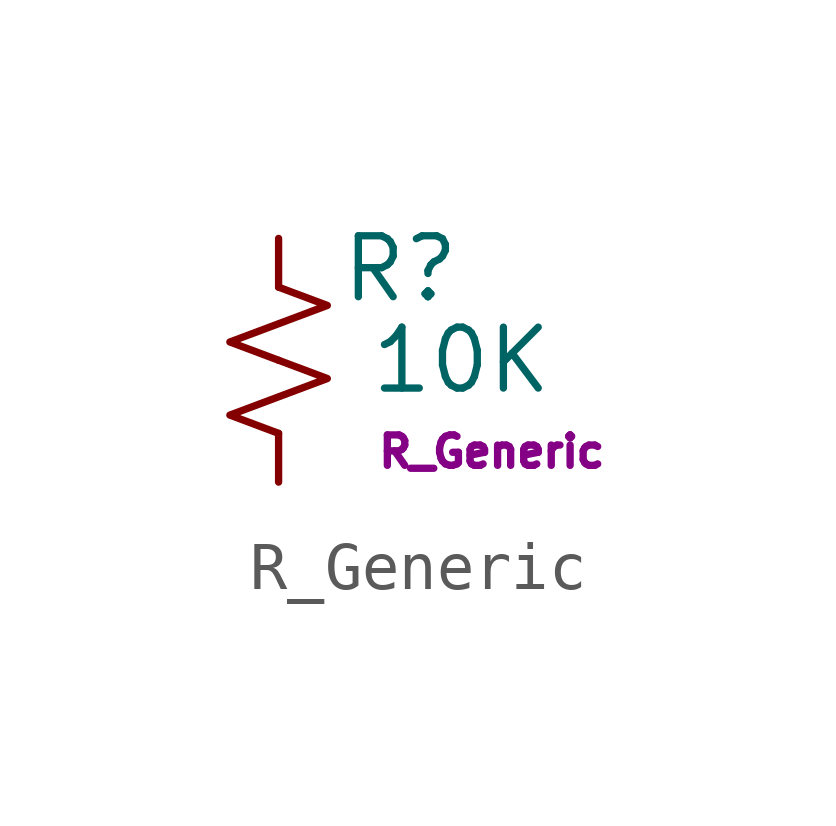
<source format=kicad_sym>
(kicad_symbol_lib
  (version 20220914)
  (generator kicad_symbol_editor)
  (symbol "R_Generic"
    (pin_numbers hide)
    (pin_names
      (offset 1.016))
    (property "Reference" "R"
      (at 2.54 1.905 0)
      (effects (font (size 1.27 1.27))))
    (property "Value" "10K"
      (at 3.81 0 0)
      (effects (font (size 1.27 1.27))))
    (property "Size" "R_Generic"
      (at 4.445 -1.905 0)
      (effects (font (size 0.635 0.635))))
    (symbol "R_Generic_1_1"
      (polyline (pts (xy 0 0) (xy 1.016 -0.381) (xy 0 -0.762) (xy -1.016 -1.143) (xy 0 -1.524)) (stroke (width 0) (type default)) (fill (type none)))
      (polyline (pts (xy 0 1.524) (xy 1.016 1.143) (xy 0 0.762) (xy -1.016 0.381) (xy 0 0)) (stroke (width 0) (type default)) (fill (type none)))
      (pin passive line (at 0 2.54 270) (length 1.016) (name "~" (effects (font (size 1.27 1.27)))) (number "1" (effects (font (size 1.27 1.27)))))
      (pin passive line (at 0 -2.54 90) (length 1.016) (name "~" (effects (font (size 1.27 1.27)))) (number "2" (effects (font (size 1.27 1.27))))))))
</source>
